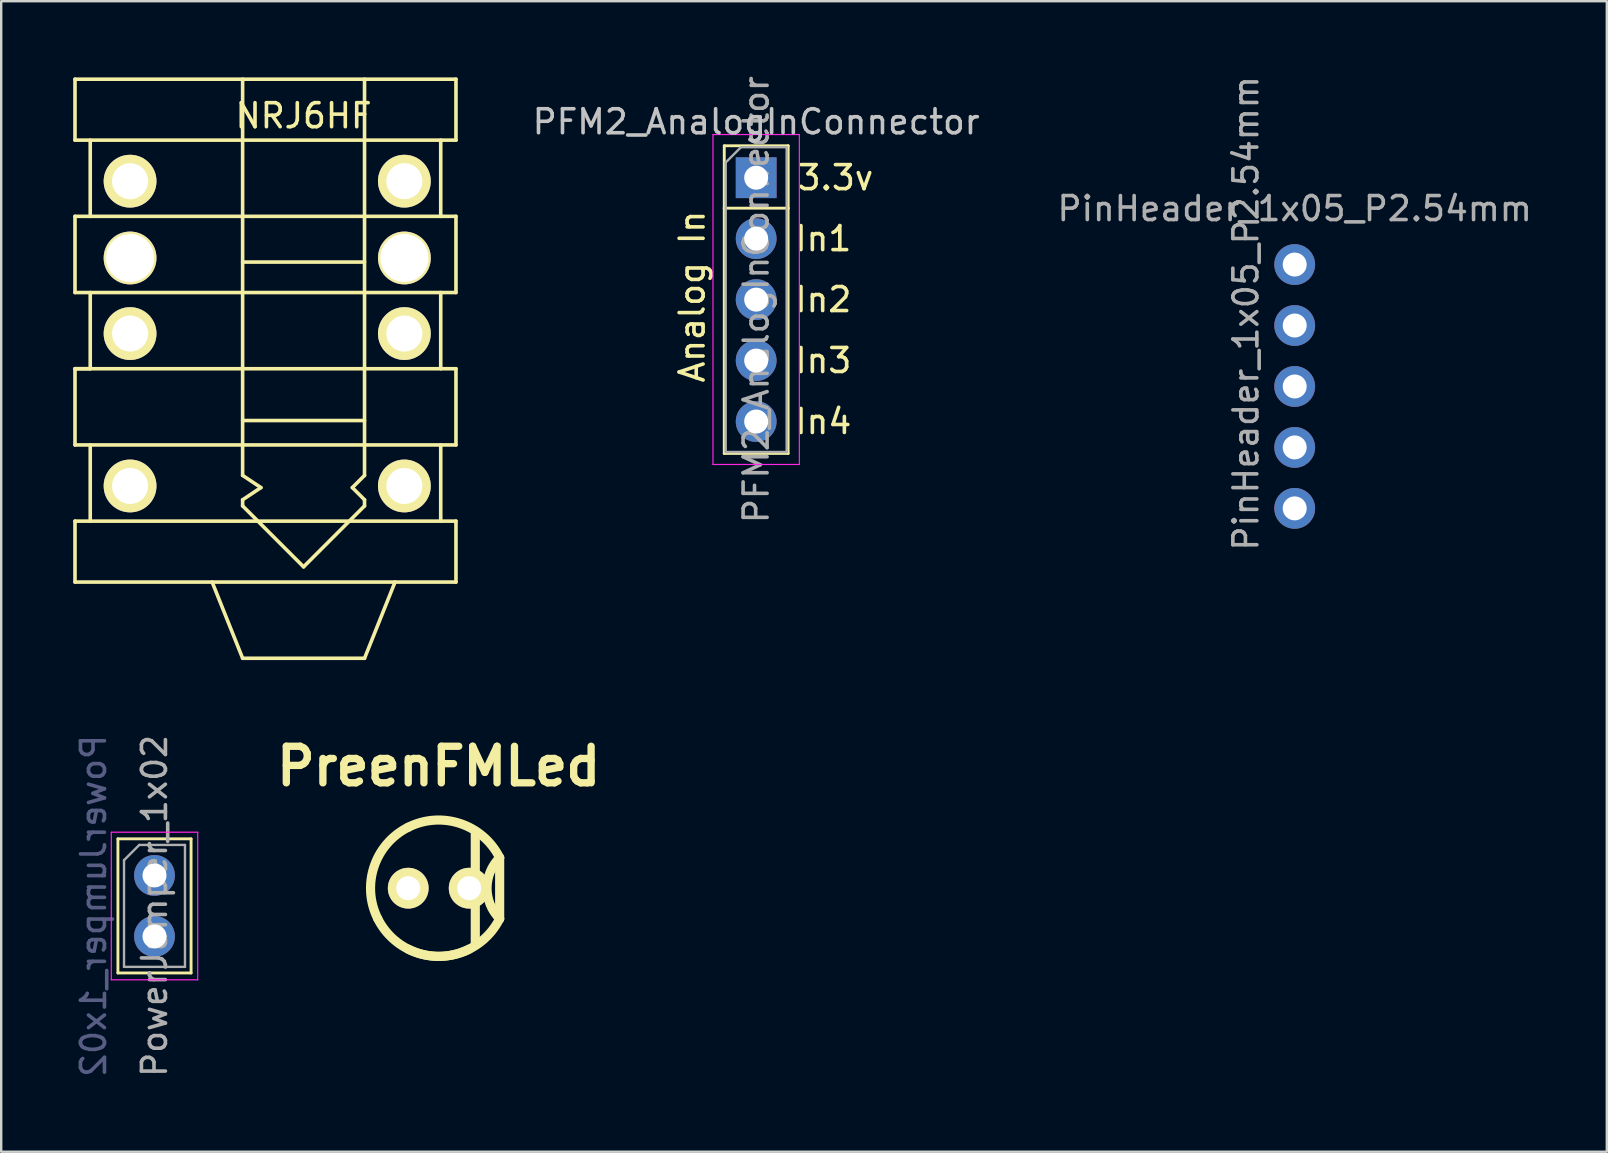
<source format=kicad_pcb>
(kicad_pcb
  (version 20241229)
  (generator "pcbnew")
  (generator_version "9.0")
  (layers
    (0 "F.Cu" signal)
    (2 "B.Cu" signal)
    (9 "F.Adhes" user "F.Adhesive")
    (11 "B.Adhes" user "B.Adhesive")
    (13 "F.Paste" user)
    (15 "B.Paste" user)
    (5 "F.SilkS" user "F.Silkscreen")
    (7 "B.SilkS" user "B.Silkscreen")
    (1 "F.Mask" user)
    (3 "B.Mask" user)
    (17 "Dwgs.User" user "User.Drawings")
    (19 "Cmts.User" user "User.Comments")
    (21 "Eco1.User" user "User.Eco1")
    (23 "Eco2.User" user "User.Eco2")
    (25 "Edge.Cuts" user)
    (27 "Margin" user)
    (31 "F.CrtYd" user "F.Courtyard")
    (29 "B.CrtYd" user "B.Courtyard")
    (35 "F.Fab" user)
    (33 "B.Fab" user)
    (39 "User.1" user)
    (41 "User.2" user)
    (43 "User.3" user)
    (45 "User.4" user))
  (footprint "PowerJumper_1x02"
    (layer "F.Cu")
    (at 3.388 33.429)
    (property "Reference" "PowerJumper_1x02" (at -2.54 1.27 270) (layer "B.Fab") (effects (font (size 1 1) (thickness 0.15)) (justify mirror)))
    (attr through_hole)
    (fp_line (start -1.524 -1.524) (end -1.524 4.064) (stroke (width 0.12) (type solid)) (layer "F.SilkS"))
    (fp_line (start -1.524 -1.524) (end 1.524 -1.524) (stroke (width 0.12) (type solid)) (layer "F.SilkS"))
    (fp_line (start -1.524 4.064) (end 1.524 4.064) (stroke (width 0.12) (type solid)) (layer "F.SilkS"))
    (fp_line (start 1.524 -1.524) (end 1.524 4.064) (stroke (width 0.12) (type solid)) (layer "F.SilkS"))
    (fp_line (start -1.8 -1.8) (end -1.8 4.35) (stroke (width 0.05) (type solid)) (layer "F.CrtYd"))
    (fp_line (start -1.8 4.35) (end 1.8 4.35) (stroke (width 0.05) (type solid)) (layer "F.CrtYd"))
    (fp_line (start 1.8 -1.8) (end -1.8 -1.8) (stroke (width 0.05) (type solid)) (layer "F.CrtYd"))
    (fp_line (start 1.8 4.35) (end 1.8 -1.8) (stroke (width 0.05) (type solid)) (layer "F.CrtYd"))
    (fp_line (start -1.27 -0.635) (end -0.635 -1.27) (stroke (width 0.1) (type solid)) (layer "F.Fab"))
    (fp_line (start -1.27 3.81) (end -1.27 -0.635) (stroke (width 0.1) (type solid)) (layer "F.Fab"))
    (fp_line (start -0.635 -1.27) (end 1.27 -1.27) (stroke (width 0.1) (type solid)) (layer "F.Fab"))
    (fp_line (start 1.27 -1.27) (end 1.27 3.81) (stroke (width 0.1) (type solid)) (layer "F.Fab"))
    (fp_line (start 1.27 3.81) (end -1.27 3.81) (stroke (width 0.1) (type solid)) (layer "F.Fab"))
    (fp_text user "${REFERENCE}" (at 0 1.27 270) (layer "F.Fab") (effects (font (size 1 1) (thickness 0.15))))
    (pad "1" thru_hole oval (at 0 0) (size 1.7 1.7) (drill 1) (layers "*.Cu" "*.Mask"))
    (pad "2" thru_hole oval (at 0 2.54) (size 1.7 1.7) (drill 1) (layers "*.Cu" "*.Mask")))
  (footprint "PreenFMLed"
    (layer "F.Cu")
    (at 15.231 33.961)
    (property "Reference" "PreenFMLed" (at 0 -5.08 0) (layer "F.SilkS") (effects (font (size 1.524 1.524) (thickness 0.305))))
    (attr through_hole)
    (fp_line (start 1.524 -2.286) (end 1.524 2.286) (stroke (width 0.381) (type solid)) (layer "F.SilkS"))
    (fp_line (start 2.54 1.27) (end 2.54 -1.27) (stroke (width 0.381) (type solid)) (layer "F.SilkS"))
    (fp_arc (start -2.54 1.27) (mid -2.694077 -0.898026) (end -1.27 -2.54) (stroke (width 0.381) (type solid)) (layer "F.SilkS"))
    (fp_arc (start -1.27 -2.54) (mid 0.898026 -2.694077) (end 2.54 -1.27) (stroke (width 0.381) (type solid)) (layer "F.SilkS"))
    (fp_arc (start 1.27 2.54) (mid -0.898026 2.694077) (end -2.54 1.27) (stroke (width 0.381) (type solid)) (layer "F.SilkS"))
    (fp_arc (start 2.54 1.27) (mid 0.898026 2.694077) (end -1.27 2.54) (stroke (width 0.381) (type solid)) (layer "F.SilkS"))
    (fp_arc (start 2.54 1.27) (mid 2.013949 0) (end 2.54 -1.27) (stroke (width 0.381) (type solid)) (layer "F.SilkS"))
    (pad "1" thru_hole circle (at -1.27 0) (size 1.699 1.699) (drill 1.001) (layers "*.Cu" "*.Mask" "F.SilkS"))
    (pad "2" thru_hole circle (at 1.27 0) (size 1.699 1.699) (drill 1.001) (layers "*.Cu" "*.Mask" "F.SilkS")))
  (footprint "PFM2_AnalogInConnector"
    (layer "F.Cu")
    (at 28.46 4.355)
    (property "Reference" "PFM2_AnalogInConnector" (at 0 -2.33 0) (layer "Dwgs.User") (effects (font (size 1 1) (thickness 0.15))))
    (attr through_hole)
    (fp_line (start -1.33 -1.33) (end 1.333 -1.33) (stroke (width 0.12) (type solid)) (layer "F.SilkS"))
    (fp_line (start -1.33 1.27) (end -1.33 -1.33) (stroke (width 0.12) (type solid)) (layer "F.SilkS"))
    (fp_line (start -1.33 1.27) (end -1.33 11.49) (stroke (width 0.12) (type solid)) (layer "F.SilkS"))
    (fp_line (start -1.33 1.27) (end 1.33 1.27) (stroke (width 0.12) (type solid)) (layer "F.SilkS"))
    (fp_line (start -1.33 11.49) (end 1.33 11.49) (stroke (width 0.12) (type solid)) (layer "F.SilkS"))
    (fp_line (start 1.33 1.27) (end 1.33 11.49) (stroke (width 0.12) (type solid)) (layer "F.SilkS"))
    (fp_line (start 1.333 1.27) (end 1.333 -1.333) (stroke (width 0.12) (type solid)) (layer "F.SilkS"))
    (fp_line (start -1.8 -1.8) (end -1.8 11.95) (stroke (width 0.05) (type solid)) (layer "F.CrtYd"))
    (fp_line (start -1.8 11.95) (end 1.8 11.95) (stroke (width 0.05) (type solid)) (layer "F.CrtYd"))
    (fp_line (start 1.8 -1.8) (end -1.8 -1.8) (stroke (width 0.05) (type solid)) (layer "F.CrtYd"))
    (fp_line (start 1.8 11.95) (end 1.8 -1.8) (stroke (width 0.05) (type solid)) (layer "F.CrtYd"))
    (fp_line (start -1.27 -0.635) (end -0.635 -1.27) (stroke (width 0.1) (type solid)) (layer "F.Fab"))
    (fp_line (start -1.27 11.43) (end -1.27 -0.635) (stroke (width 0.1) (type solid)) (layer "F.Fab"))
    (fp_line (start -0.635 -1.27) (end 1.27 -1.27) (stroke (width 0.1) (type solid)) (layer "F.Fab"))
    (fp_line (start 1.27 -1.27) (end 1.27 11.43) (stroke (width 0.1) (type solid)) (layer "F.Fab"))
    (fp_line (start 1.27 11.43) (end -1.27 11.43) (stroke (width 0.1) (type solid)) (layer "F.Fab"))
    (fp_text user "In2" (at 2.794 5.08 0) (layer "F.SilkS") (effects (font (size 1 1) (thickness 0.15))))
    (fp_text user "In3" (at 2.794 7.62 0) (layer "F.SilkS") (effects (font (size 1 1) (thickness 0.15))))
    (fp_text user "In1" (at 2.794 2.54 0) (layer "F.SilkS") (effects (font (size 1 1) (thickness 0.15))))
    (fp_text user "In4" (at 2.794 10.16 0) (layer "F.SilkS") (effects (font (size 1 1) (thickness 0.15))))
    (fp_text user "Analog In" (at -2.667 4.953 90) (layer "F.SilkS") (effects (font (size 1 1) (thickness 0.15))))
    (fp_text user "3.3v" (at 3.302 0 0) (layer "F.SilkS") (effects (font (size 1 1) (thickness 0.15))))
    (fp_text user "${REFERENCE}" (at 0 5.08 90) (layer "F.Fab") (effects (font (size 1 1) (thickness 0.15))))
    (pad "1" thru_hole rect (at 0 0) (size 1.7 1.7) (drill 1) (layers "*.Cu" "*.Mask"))
    (pad "2" thru_hole oval (at 0 2.54) (size 1.7 1.7) (drill 1) (layers "*.Cu" "*.Mask"))
    (pad "3" thru_hole oval (at 0 5.08) (size 1.7 1.7) (drill 1) (layers "*.Cu" "*.Mask"))
    (pad "4" thru_hole oval (at 0 7.62) (size 1.7 1.7) (drill 1) (layers "*.Cu" "*.Mask"))
    (pad "5" thru_hole oval (at 0 10.16) (size 1.7 1.7) (drill 1) (layers "*.Cu" "*.Mask")))
  (footprint "PinHeader_1x05_P2.54mm"
    (layer "F.Cu")
    (at 50.9 7.974)
    (property "Reference" "PinHeader_1x05_P2.54mm" (at 0 -2.33 0) (layer "F.Fab") (effects (font (size 1 1) (thickness 0.15))))
    (attr through_hole)
    (fp_text user "${REFERENCE}" (at -2.032 2.032 90) (layer "F.Fab") (effects (font (size 1 1) (thickness 0.15))))
    (pad "1" thru_hole oval (at 0 0) (size 1.7 1.7) (drill 1) (layers "*.Cu" "*.Mask"))
    (pad "2" thru_hole oval (at 0 2.54) (size 1.7 1.7) (drill 1) (layers "*.Cu" "*.Mask"))
    (pad "3" thru_hole oval (at 0 5.08) (size 1.7 1.7) (drill 1) (layers "*.Cu" "*.Mask"))
    (pad "4" thru_hole oval (at 0 7.62 90) (size 1.7 1.7) (drill 1) (layers "*.Cu" "*.Mask"))
    (pad "5" thru_hole oval (at 0 10.16) (size 1.7 1.7) (drill 1) (layers "*.Cu" "*.Mask")))
  (footprint "NRJ6HF"
    (layer "F.Cu")
    (at 9.6 0.25)
    (property "Reference" "NRJ6HF" (at 0 1.524 0) (layer "F.SilkS") (effects (font (size 1 1) (thickness 0.15))))
    (attr through_hole)
    (fp_line (start -9.525 0) (end -9.525 2.54) (stroke (width 0.15) (type solid)) (layer "F.SilkS"))
    (fp_line (start -9.525 0) (end 6.35 0) (stroke (width 0.15) (type solid)) (layer "F.SilkS"))
    (fp_line (start -9.525 2.54) (end 6.35 2.54) (stroke (width 0.15) (type solid)) (layer "F.SilkS"))
    (fp_line (start -9.525 5.715) (end -9.525 8.89) (stroke (width 0.15) (type solid)) (layer "F.SilkS"))
    (fp_line (start -9.525 5.715) (end 6.35 5.715) (stroke (width 0.15) (type solid)) (layer "F.SilkS"))
    (fp_line (start -9.525 8.89) (end 6.35 8.89) (stroke (width 0.15) (type solid)) (layer "F.SilkS"))
    (fp_line (start -9.525 12.065) (end -9.525 15.24) (stroke (width 0.15) (type solid)) (layer "F.SilkS"))
    (fp_line (start -9.525 12.065) (end 6.35 12.065) (stroke (width 0.15) (type solid)) (layer "F.SilkS"))
    (fp_line (start -9.525 15.24) (end 6.35 15.24) (stroke (width 0.15) (type solid)) (layer "F.SilkS"))
    (fp_line (start -9.525 18.415) (end -9.525 20.955) (stroke (width 0.15) (type solid)) (layer "F.SilkS"))
    (fp_line (start -9.525 18.415) (end 6.35 18.415) (stroke (width 0.15) (type solid)) (layer "F.SilkS"))
    (fp_line (start -8.89 2.54) (end -8.89 5.715) (stroke (width 0.15) (type solid)) (layer "F.SilkS"))
    (fp_line (start -8.89 8.89) (end -8.89 12.065) (stroke (width 0.15) (type solid)) (layer "F.SilkS"))
    (fp_line (start -8.89 12.065) (end -9.525 12.065) (stroke (width 0.15) (type solid)) (layer "F.SilkS"))
    (fp_line (start -8.89 15.24) (end -8.89 18.415) (stroke (width 0.15) (type solid)) (layer "F.SilkS"))
    (fp_line (start -2.54 0) (end -2.54 16.51) (stroke (width 0.15) (type solid)) (layer "F.SilkS"))
    (fp_line (start -2.54 7.62) (end 2.54 7.62) (stroke (width 0.15) (type solid)) (layer "F.SilkS"))
    (fp_line (start -2.54 14.224) (end 2.54 14.224) (stroke (width 0.15) (type solid)) (layer "F.SilkS"))
    (fp_line (start -2.54 16.51) (end -1.778 17.018) (stroke (width 0.15) (type solid)) (layer "F.SilkS"))
    (fp_line (start -2.54 17.78) (end -2.54 17.526) (stroke (width 0.15) (type solid)) (layer "F.SilkS"))
    (fp_line (start -2.54 17.78) (end 0 20.32) (stroke (width 0.15) (type solid)) (layer "F.SilkS"))
    (fp_line (start -2.54 24.13) (end -3.81 20.955) (stroke (width 0.15) (type solid)) (layer "F.SilkS"))
    (fp_line (start -2.54 24.13) (end 2.54 24.13) (stroke (width 0.15) (type solid)) (layer "F.SilkS"))
    (fp_line (start -1.778 17.018) (end -2.54 17.526) (stroke (width 0.15) (type solid)) (layer "F.SilkS"))
    (fp_line (start 0 20.32) (end 2.54 17.78) (stroke (width 0.15) (type solid)) (layer "F.SilkS"))
    (fp_line (start 2.032 17.018) (end 2.54 17.526) (stroke (width 0.15) (type solid)) (layer "F.SilkS"))
    (fp_line (start 2.54 16.51) (end 2.032 17.018) (stroke (width 0.15) (type solid)) (layer "F.SilkS"))
    (fp_line (start 2.54 16.51) (end 2.54 0) (stroke (width 0.15) (type solid)) (layer "F.SilkS"))
    (fp_line (start 2.54 17.78) (end 2.54 17.526) (stroke (width 0.15) (type solid)) (layer "F.SilkS"))
    (fp_line (start 2.54 24.13) (end 3.81 20.955) (stroke (width 0.15) (type solid)) (layer "F.SilkS"))
    (fp_line (start 5.715 5.715) (end 5.715 2.54) (stroke (width 0.15) (type solid)) (layer "F.SilkS"))
    (fp_line (start 5.715 12.065) (end 5.715 8.89) (stroke (width 0.15) (type solid)) (layer "F.SilkS"))
    (fp_line (start 5.715 18.415) (end 5.715 15.24) (stroke (width 0.15) (type solid)) (layer "F.SilkS"))
    (fp_line (start 6.35 2.54) (end 6.35 0) (stroke (width 0.15) (type solid)) (layer "F.SilkS"))
    (fp_line (start 6.35 8.89) (end 6.35 5.715) (stroke (width 0.15) (type solid)) (layer "F.SilkS"))
    (fp_line (start 6.35 15.24) (end 6.35 12.065) (stroke (width 0.15) (type solid)) (layer "F.SilkS"))
    (fp_line (start 6.35 20.955) (end -9.525 20.955) (stroke (width 0.15) (type solid)) (layer "F.SilkS"))
    (fp_line (start 6.35 20.955) (end 6.35 18.415) (stroke (width 0.15) (type solid)) (layer "F.SilkS"))
    (pad "" np_thru_hole circle (at -7.23 7.45) (size 2.2 2.2) (drill 2) (layers "*.Cu" "*.Mask" "F.SilkS"))
    (pad "" np_thru_hole circle (at 4.2 7.45) (size 2.2 2.2) (drill 2) (layers "*.Cu" "*.Mask" "F.SilkS"))
    (pad "1" thru_hole circle (at -7.23 4.25) (size 2.2 2.2) (drill 1.5) (layers "*.Cu" "*.Mask" "F.SilkS"))
    (pad "2" thru_hole circle (at -7.23 16.95) (size 2.2 2.2) (drill 1.5) (layers "*.Cu" "*.Mask" "F.SilkS"))
    (pad "3" thru_hole circle (at -7.23 10.6) (size 2.2 2.2) (drill 1.5) (layers "*.Cu" "*.Mask" "F.SilkS"))
    (pad "4" thru_hole circle (at 4.2 4.25) (size 2.2 2.2) (drill 1.5) (layers "*.Cu" "*.Mask" "F.SilkS"))
    (pad "5" thru_hole circle (at 4.2 16.95) (size 2.2 2.2) (drill 1.5) (layers "*.Cu" "*.Mask" "F.SilkS"))
    (pad "6" thru_hole circle (at 4.2 10.6) (size 2.2 2.2) (drill 1.5) (layers "*.Cu" "*.Mask" "F.SilkS")))
  (gr_rect
    (start -3 -3)
    (end 63.906 44.943)
    (stroke (width 0.1) (type default))
    (fill no)
    (layer "Edge.Cuts")))
</source>
